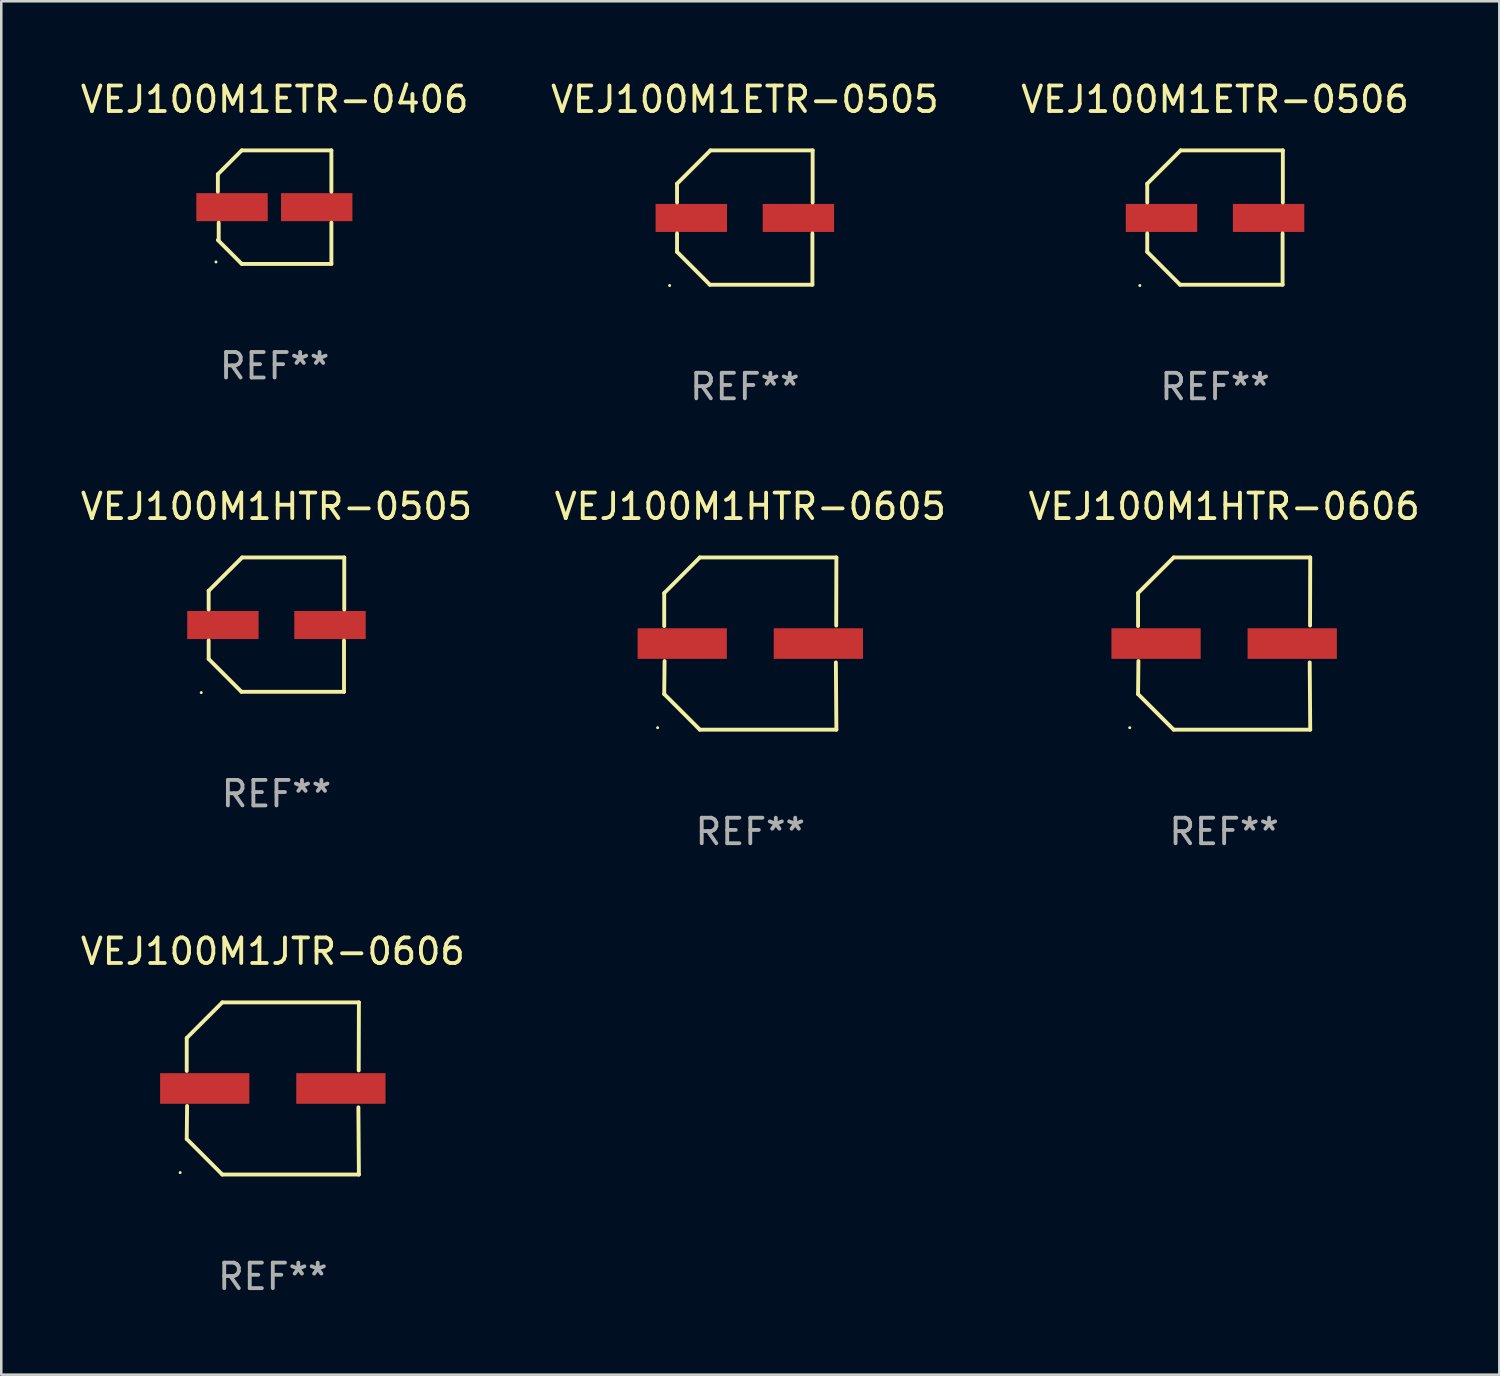
<source format=kicad_pcb>
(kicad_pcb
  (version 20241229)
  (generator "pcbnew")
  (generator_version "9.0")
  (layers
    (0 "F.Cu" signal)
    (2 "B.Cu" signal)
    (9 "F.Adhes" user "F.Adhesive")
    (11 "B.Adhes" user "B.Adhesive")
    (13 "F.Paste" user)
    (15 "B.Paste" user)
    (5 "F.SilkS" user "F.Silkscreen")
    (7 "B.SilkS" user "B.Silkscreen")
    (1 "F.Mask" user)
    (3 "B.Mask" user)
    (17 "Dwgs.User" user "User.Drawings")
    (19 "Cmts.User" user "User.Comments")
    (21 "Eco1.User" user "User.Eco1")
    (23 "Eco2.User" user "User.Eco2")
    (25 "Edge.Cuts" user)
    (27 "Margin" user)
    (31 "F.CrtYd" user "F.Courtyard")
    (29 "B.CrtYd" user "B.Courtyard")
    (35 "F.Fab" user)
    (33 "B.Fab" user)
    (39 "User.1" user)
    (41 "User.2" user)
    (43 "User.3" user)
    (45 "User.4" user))
  (footprint "VEJ100M1ETR-0506"
    (layer "F.Cu")
    (at 44.601 5.482)
    (property "Reference" "VEJ100M1ETR-0506" (at 0 -4.634 0) (layer "F.SilkS") (effects (font (size 1 1) (thickness 0.15))))
    (attr through_hole)
    (fp_line (start -2.659 -1.326) (end -2.659 -0.592) (stroke (width 0.152) (type solid)) (layer "F.SilkS"))
    (fp_line (start -2.659 1.346) (end -2.659 0.622) (stroke (width 0.152) (type solid)) (layer "F.SilkS"))
    (fp_line (start -1.372 2.634) (end -2.659 1.346) (stroke (width 0.152) (type solid)) (layer "F.SilkS"))
    (fp_line (start -1.349 -2.634) (end -2.659 -1.326) (stroke (width 0.152) (type solid)) (layer "F.SilkS"))
    (fp_line (start 2.649 0.622) (end 2.649 2.634) (stroke (width 0.152) (type solid)) (layer "F.SilkS"))
    (fp_line (start 2.649 2.634) (end -1.372 2.634) (stroke (width 0.152) (type solid)) (layer "F.SilkS"))
    (fp_line (start 2.659 -2.634) (end -1.349 -2.634) (stroke (width 0.152) (type solid)) (layer "F.SilkS"))
    (fp_line (start 2.659 -0.592) (end 2.659 -2.634) (stroke (width 0.152) (type solid)) (layer "F.SilkS"))
    (fp_circle (center -2.95 2.665) (end -2.92 2.665) (stroke (width 0.06) (type solid)) (fill no) (layer "F.SilkS"))
    (fp_text user "REF**" (at 0 6.634 0) (layer "F.Fab") (effects (font (size 1 1) (thickness 0.15))))
    (pad "1" smd rect (at -2.1 0.015) (size 2.8 1.1) (layers "F.Cu" "F.Mask" "F.Paste"))
    (pad "2" smd rect (at 2.1 0.015) (size 2.8 1.1) (layers "F.Cu" "F.Mask" "F.Paste")))
  (footprint "VEJ100M1HTR-0505"
    (layer "F.Cu")
    (at 7.792 21.447)
    (property "Reference" "VEJ100M1HTR-0505" (at 0 -4.634 0) (layer "F.SilkS") (effects (font (size 1 1) (thickness 0.15))))
    (attr through_hole)
    (fp_line (start -2.659 -1.326) (end -2.659 -0.592) (stroke (width 0.152) (type solid)) (layer "F.SilkS"))
    (fp_line (start -2.659 1.346) (end -2.659 0.622) (stroke (width 0.152) (type solid)) (layer "F.SilkS"))
    (fp_line (start -1.372 2.634) (end -2.659 1.346) (stroke (width 0.152) (type solid)) (layer "F.SilkS"))
    (fp_line (start -1.349 -2.634) (end -2.659 -1.326) (stroke (width 0.152) (type solid)) (layer "F.SilkS"))
    (fp_line (start 2.649 0.622) (end 2.649 2.634) (stroke (width 0.152) (type solid)) (layer "F.SilkS"))
    (fp_line (start 2.649 2.634) (end -1.372 2.634) (stroke (width 0.152) (type solid)) (layer "F.SilkS"))
    (fp_line (start 2.659 -2.634) (end -1.349 -2.634) (stroke (width 0.152) (type solid)) (layer "F.SilkS"))
    (fp_line (start 2.659 -0.592) (end 2.659 -2.634) (stroke (width 0.152) (type solid)) (layer "F.SilkS"))
    (fp_circle (center -2.95 2.665) (end -2.92 2.665) (stroke (width 0.06) (type solid)) (fill no) (layer "F.SilkS"))
    (fp_text user "REF**" (at 0 6.634 0) (layer "F.Fab") (effects (font (size 1 1) (thickness 0.15))))
    (pad "1" smd rect (at -2.1 0.015) (size 2.8 1.1) (layers "F.Cu" "F.Mask" "F.Paste"))
    (pad "2" smd rect (at 2.1 0.015) (size 2.8 1.1) (layers "F.Cu" "F.Mask" "F.Paste")))
  (footprint "VEJ100M1ETR-0505"
    (layer "F.Cu")
    (at 26.161 5.482)
    (property "Reference" "VEJ100M1ETR-0505" (at 0 -4.634 0) (layer "F.SilkS") (effects (font (size 1 1) (thickness 0.15))))
    (attr through_hole)
    (fp_line (start -2.659 -1.326) (end -2.659 -0.592) (stroke (width 0.152) (type solid)) (layer "F.SilkS"))
    (fp_line (start -2.659 1.346) (end -2.659 0.622) (stroke (width 0.152) (type solid)) (layer "F.SilkS"))
    (fp_line (start -1.372 2.634) (end -2.659 1.346) (stroke (width 0.152) (type solid)) (layer "F.SilkS"))
    (fp_line (start -1.349 -2.634) (end -2.659 -1.326) (stroke (width 0.152) (type solid)) (layer "F.SilkS"))
    (fp_line (start 2.649 0.622) (end 2.649 2.634) (stroke (width 0.152) (type solid)) (layer "F.SilkS"))
    (fp_line (start 2.649 2.634) (end -1.372 2.634) (stroke (width 0.152) (type solid)) (layer "F.SilkS"))
    (fp_line (start 2.659 -2.634) (end -1.349 -2.634) (stroke (width 0.152) (type solid)) (layer "F.SilkS"))
    (fp_line (start 2.659 -0.592) (end 2.659 -2.634) (stroke (width 0.152) (type solid)) (layer "F.SilkS"))
    (fp_circle (center -2.95 2.665) (end -2.92 2.665) (stroke (width 0.06) (type solid)) (fill no) (layer "F.SilkS"))
    (fp_text user "REF**" (at 0 6.634 0) (layer "F.Fab") (effects (font (size 1 1) (thickness 0.15))))
    (pad "1" smd rect (at -2.1 0.015) (size 2.8 1.1) (layers "F.Cu" "F.Mask" "F.Paste"))
    (pad "2" smd rect (at 2.1 0.015) (size 2.8 1.1) (layers "F.Cu" "F.Mask" "F.Paste")))
  (footprint "VEJ100M1HTR-0606"
    (layer "F.Cu")
    (at 44.958 22.189)
    (property "Reference" "VEJ100M1HTR-0606" (at 0 -5.376 0) (layer "F.SilkS") (effects (font (size 1 1) (thickness 0.15))))
    (attr through_hole)
    (fp_line (start -3.376 -1.98) (end -3.376 -0.686) (stroke (width 0.152) (type solid)) (layer "F.SilkS"))
    (fp_line (start -3.376 1.981) (end -3.362 0.686) (stroke (width 0.152) (type solid)) (layer "F.SilkS"))
    (fp_line (start -1.981 3.376) (end -3.376 1.981) (stroke (width 0.152) (type solid)) (layer "F.SilkS"))
    (fp_line (start -1.98 -3.376) (end -3.376 -1.98) (stroke (width 0.152) (type solid)) (layer "F.SilkS"))
    (fp_line (start 3.356 0.74) (end 3.376 3.376) (stroke (width 0.152) (type solid)) (layer "F.SilkS"))
    (fp_line (start 3.369 -0.707) (end 3.376 -3.376) (stroke (width 0.152) (type solid)) (layer "F.SilkS"))
    (fp_line (start 3.376 3.376) (end -1.981 3.376) (stroke (width 0.152) (type solid)) (layer "F.SilkS"))
    (fp_line (start 3.376 -3.376) (end -1.98 -3.376) (stroke (width 0.152) (type solid)) (layer "F.SilkS"))
    (fp_circle (center -3.702 3.3) (end -3.672 3.3) (stroke (width 0.06) (type solid)) (fill no) (layer "F.SilkS"))
    (fp_text user "REF**" (at 0 7.376 0) (layer "F.Fab") (effects (font (size 1 1) (thickness 0.15))))
    (pad "1" smd rect (at -2.67 0.000203) (size 3.5 1.2) (layers "F.Cu" "F.Mask" "F.Paste"))
    (pad "2" smd rect (at 2.67 0.000203) (size 3.5 1.2) (layers "F.Cu" "F.Mask" "F.Paste")))
  (footprint "VEJ100M1JTR-0606"
    (layer "F.Cu")
    (at 7.649 39.637)
    (property "Reference" "VEJ100M1JTR-0606" (at 0 -5.376 0) (layer "F.SilkS") (effects (font (size 1 1) (thickness 0.15))))
    (attr through_hole)
    (fp_line (start -3.376 -1.98) (end -3.376 -0.686) (stroke (width 0.152) (type solid)) (layer "F.SilkS"))
    (fp_line (start -3.376 1.981) (end -3.362 0.686) (stroke (width 0.152) (type solid)) (layer "F.SilkS"))
    (fp_line (start -1.981 3.376) (end -3.376 1.981) (stroke (width 0.152) (type solid)) (layer "F.SilkS"))
    (fp_line (start -1.98 -3.376) (end -3.376 -1.98) (stroke (width 0.152) (type solid)) (layer "F.SilkS"))
    (fp_line (start 3.356 0.74) (end 3.376 3.376) (stroke (width 0.152) (type solid)) (layer "F.SilkS"))
    (fp_line (start 3.369 -0.707) (end 3.376 -3.376) (stroke (width 0.152) (type solid)) (layer "F.SilkS"))
    (fp_line (start 3.376 3.376) (end -1.981 3.376) (stroke (width 0.152) (type solid)) (layer "F.SilkS"))
    (fp_line (start 3.376 -3.376) (end -1.98 -3.376) (stroke (width 0.152) (type solid)) (layer "F.SilkS"))
    (fp_circle (center -3.634 3.3) (end -3.604 3.3) (stroke (width 0.06) (type solid)) (fill no) (layer "F.SilkS"))
    (fp_text user "REF**" (at 0 7.376 0) (layer "F.Fab") (effects (font (size 1 1) (thickness 0.15))))
    (pad "1" smd rect (at -2.67 0.000254) (size 3.5 1.2) (layers "F.Cu" "F.Mask" "F.Paste"))
    (pad "2" smd rect (at 2.67 0.000254) (size 3.5 1.2) (layers "F.Cu" "F.Mask" "F.Paste")))
  (footprint "VEJ100M1HTR-0605"
    (layer "F.Cu")
    (at 26.375 22.189)
    (property "Reference" "VEJ100M1HTR-0605" (at 0 -5.376 0) (layer "F.SilkS") (effects (font (size 1 1) (thickness 0.15))))
    (attr through_hole)
    (fp_line (start -3.376 -1.98) (end -3.376 -0.686) (stroke (width 0.152) (type solid)) (layer "F.SilkS"))
    (fp_line (start -3.376 1.981) (end -3.362 0.686) (stroke (width 0.152) (type solid)) (layer "F.SilkS"))
    (fp_line (start -1.981 3.376) (end -3.376 1.981) (stroke (width 0.152) (type solid)) (layer "F.SilkS"))
    (fp_line (start -1.98 -3.376) (end -3.376 -1.98) (stroke (width 0.152) (type solid)) (layer "F.SilkS"))
    (fp_line (start 3.356 0.74) (end 3.376 3.376) (stroke (width 0.152) (type solid)) (layer "F.SilkS"))
    (fp_line (start 3.369 -0.707) (end 3.376 -3.376) (stroke (width 0.152) (type solid)) (layer "F.SilkS"))
    (fp_line (start 3.376 3.376) (end -1.981 3.376) (stroke (width 0.152) (type solid)) (layer "F.SilkS"))
    (fp_line (start 3.376 -3.376) (end -1.98 -3.376) (stroke (width 0.152) (type solid)) (layer "F.SilkS"))
    (fp_circle (center -3.634 3.3) (end -3.604 3.3) (stroke (width 0.06) (type solid)) (fill no) (layer "F.SilkS"))
    (fp_text user "REF**" (at 0 7.376 0) (layer "F.Fab") (effects (font (size 1 1) (thickness 0.15))))
    (pad "1" smd rect (at -2.67 0.000254) (size 3.5 1.2) (layers "F.Cu" "F.Mask" "F.Paste"))
    (pad "2" smd rect (at 2.67 0.000254) (size 3.5 1.2) (layers "F.Cu" "F.Mask" "F.Paste")))
  (footprint "VEJ100M1ETR-0406"
    (layer "F.Cu")
    (at 7.72 5.074)
    (property "Reference" "VEJ100M1ETR-0406" (at 0 -4.226 0) (layer "F.SilkS") (effects (font (size 1 1) (thickness 0.15))))
    (attr through_hole)
    (fp_line (start -2.226 -1.29) (end -2.226 -0.607) (stroke (width 0.152) (type solid)) (layer "F.SilkS"))
    (fp_line (start -2.193 1.29) (end -2.193 0.607) (stroke (width 0.152) (type solid)) (layer "F.SilkS"))
    (fp_line (start -1.29 2.226) (end -2.226 1.29) (stroke (width 0.152) (type solid)) (layer "F.SilkS"))
    (fp_line (start -1.29 -2.226) (end -2.226 -1.29) (stroke (width 0.152) (type solid)) (layer "F.SilkS"))
    (fp_line (start 2.226 -2.226) (end -1.29 -2.226) (stroke (width 0.152) (type solid)) (layer "F.SilkS"))
    (fp_line (start 2.226 -0.607) (end 2.226 -2.226) (stroke (width 0.152) (type solid)) (layer "F.SilkS"))
    (fp_line (start 2.226 0.607) (end 2.226 2.226) (stroke (width 0.152) (type solid)) (layer "F.SilkS"))
    (fp_line (start 2.226 2.226) (end -1.29 2.226) (stroke (width 0.152) (type solid)) (layer "F.SilkS"))
    (fp_circle (center -2.3 2.15) (end -2.27 2.15) (stroke (width 0.06) (type solid)) (fill no) (layer "F.SilkS"))
    (fp_text user "REF**" (at 0 6.226 0) (layer "F.Fab") (effects (font (size 1 1) (thickness 0.15))))
    (pad "1" smd rect (at -1.67 -0.000025) (size 2.8 1.1) (layers "F.Cu" "F.Mask" "F.Paste"))
    (pad "2" smd rect (at 1.651 -0.000025) (size 2.8 1.1) (layers "F.Cu" "F.Mask" "F.Paste")))
  (gr_rect
    (start -3 -3)
    (end 55.75 50.861)
    (stroke (width 0.1) (type default))
    (fill no)
    (layer "Edge.Cuts")))
</source>
